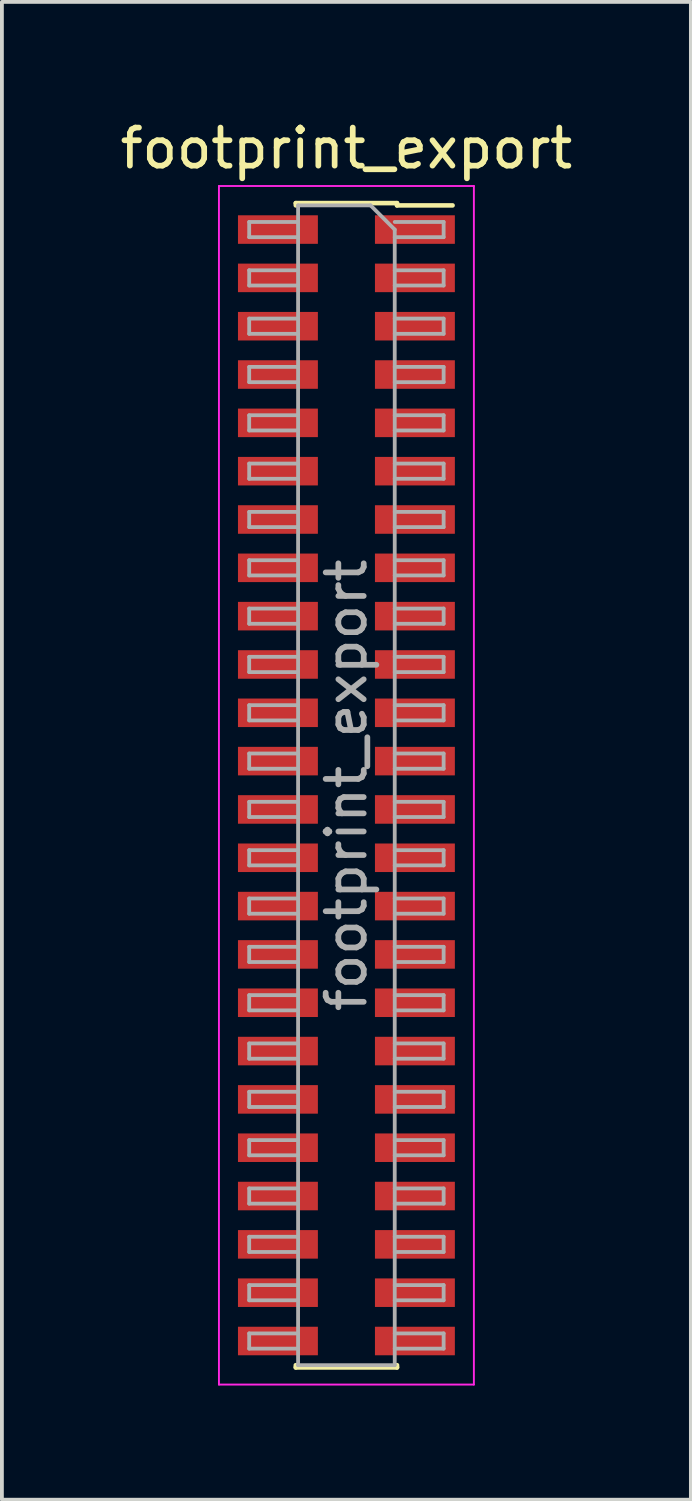
<source format=kicad_pcb>
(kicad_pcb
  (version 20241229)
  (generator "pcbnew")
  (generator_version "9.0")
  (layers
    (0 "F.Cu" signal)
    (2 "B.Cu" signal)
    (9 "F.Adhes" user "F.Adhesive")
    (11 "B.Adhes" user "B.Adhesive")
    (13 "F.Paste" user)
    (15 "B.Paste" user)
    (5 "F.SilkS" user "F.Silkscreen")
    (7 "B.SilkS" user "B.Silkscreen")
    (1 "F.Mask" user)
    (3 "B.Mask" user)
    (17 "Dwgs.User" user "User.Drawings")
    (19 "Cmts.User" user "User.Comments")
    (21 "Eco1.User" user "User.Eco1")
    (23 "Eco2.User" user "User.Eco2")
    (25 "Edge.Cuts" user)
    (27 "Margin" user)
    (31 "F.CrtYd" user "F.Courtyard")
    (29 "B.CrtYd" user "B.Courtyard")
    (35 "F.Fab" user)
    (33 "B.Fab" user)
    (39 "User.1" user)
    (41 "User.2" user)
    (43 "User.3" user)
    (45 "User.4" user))
  (footprint "footprint_export"
    (layer "F.Cu")
    (at 6.054 17.588)
    (property "Reference" "footprint_export" (at 0 -16.74 0) (layer "F.SilkS") (effects (font (size 1 1) (thickness 0.15))))
    (attr smd)
    (fp_line (start -1.33 -15.3) (end -1.33 -15.24) (stroke (width 0.12) (type solid)) (layer "F.SilkS"))
    (fp_line (start -1.33 -15.3) (end 1.33 -15.3) (stroke (width 0.12) (type solid)) (layer "F.SilkS"))
    (fp_line (start -1.33 15.24) (end -1.33 15.3) (stroke (width 0.12) (type solid)) (layer "F.SilkS"))
    (fp_line (start -1.33 15.3) (end 1.33 15.3) (stroke (width 0.12) (type solid)) (layer "F.SilkS"))
    (fp_line (start 1.33 -15.3) (end 1.33 -15.24) (stroke (width 0.12) (type solid)) (layer "F.SilkS"))
    (fp_line (start 1.33 -15.24) (end 2.79 -15.24) (stroke (width 0.12) (type solid)) (layer "F.SilkS"))
    (fp_line (start 1.33 15.24) (end 1.33 15.3) (stroke (width 0.12) (type solid)) (layer "F.SilkS"))
    (fp_line (start -3.35 -15.75) (end 3.35 -15.75) (stroke (width 0.05) (type solid)) (layer "F.CrtYd"))
    (fp_line (start -3.35 15.75) (end -3.35 -15.75) (stroke (width 0.05) (type solid)) (layer "F.CrtYd"))
    (fp_line (start 3.35 -15.75) (end 3.35 15.75) (stroke (width 0.05) (type solid)) (layer "F.CrtYd"))
    (fp_line (start 3.35 15.75) (end -3.35 15.75) (stroke (width 0.05) (type solid)) (layer "F.CrtYd"))
    (fp_line (start -2.555 -14.805) (end -1.27 -14.805) (stroke (width 0.1) (type solid)) (layer "F.Fab"))
    (fp_line (start -2.555 -14.405) (end -2.555 -14.805) (stroke (width 0.1) (type solid)) (layer "F.Fab"))
    (fp_line (start -2.555 -13.535) (end -1.27 -13.535) (stroke (width 0.1) (type solid)) (layer "F.Fab"))
    (fp_line (start -2.555 -13.135) (end -2.555 -13.535) (stroke (width 0.1) (type solid)) (layer "F.Fab"))
    (fp_line (start -2.555 -12.265) (end -1.27 -12.265) (stroke (width 0.1) (type solid)) (layer "F.Fab"))
    (fp_line (start -2.555 -11.865) (end -2.555 -12.265) (stroke (width 0.1) (type solid)) (layer "F.Fab"))
    (fp_line (start -2.555 -10.995) (end -1.27 -10.995) (stroke (width 0.1) (type solid)) (layer "F.Fab"))
    (fp_line (start -2.555 -10.595) (end -2.555 -10.995) (stroke (width 0.1) (type solid)) (layer "F.Fab"))
    (fp_line (start -2.555 -9.725) (end -1.27 -9.725) (stroke (width 0.1) (type solid)) (layer "F.Fab"))
    (fp_line (start -2.555 -9.325) (end -2.555 -9.725) (stroke (width 0.1) (type solid)) (layer "F.Fab"))
    (fp_line (start -2.555 -8.455) (end -1.27 -8.455) (stroke (width 0.1) (type solid)) (layer "F.Fab"))
    (fp_line (start -2.555 -8.055) (end -2.555 -8.455) (stroke (width 0.1) (type solid)) (layer "F.Fab"))
    (fp_line (start -2.555 -7.185) (end -1.27 -7.185) (stroke (width 0.1) (type solid)) (layer "F.Fab"))
    (fp_line (start -2.555 -6.785) (end -2.555 -7.185) (stroke (width 0.1) (type solid)) (layer "F.Fab"))
    (fp_line (start -2.555 -5.915) (end -1.27 -5.915) (stroke (width 0.1) (type solid)) (layer "F.Fab"))
    (fp_line (start -2.555 -5.515) (end -2.555 -5.915) (stroke (width 0.1) (type solid)) (layer "F.Fab"))
    (fp_line (start -2.555 -4.645) (end -1.27 -4.645) (stroke (width 0.1) (type solid)) (layer "F.Fab"))
    (fp_line (start -2.555 -4.245) (end -2.555 -4.645) (stroke (width 0.1) (type solid)) (layer "F.Fab"))
    (fp_line (start -2.555 -3.375) (end -1.27 -3.375) (stroke (width 0.1) (type solid)) (layer "F.Fab"))
    (fp_line (start -2.555 -2.975) (end -2.555 -3.375) (stroke (width 0.1) (type solid)) (layer "F.Fab"))
    (fp_line (start -2.555 -2.105) (end -1.27 -2.105) (stroke (width 0.1) (type solid)) (layer "F.Fab"))
    (fp_line (start -2.555 -1.705) (end -2.555 -2.105) (stroke (width 0.1) (type solid)) (layer "F.Fab"))
    (fp_line (start -2.555 -0.835) (end -1.27 -0.835) (stroke (width 0.1) (type solid)) (layer "F.Fab"))
    (fp_line (start -2.555 -0.435) (end -2.555 -0.835) (stroke (width 0.1) (type solid)) (layer "F.Fab"))
    (fp_line (start -2.555 0.435) (end -1.27 0.435) (stroke (width 0.1) (type solid)) (layer "F.Fab"))
    (fp_line (start -2.555 0.835) (end -2.555 0.435) (stroke (width 0.1) (type solid)) (layer "F.Fab"))
    (fp_line (start -2.555 1.705) (end -1.27 1.705) (stroke (width 0.1) (type solid)) (layer "F.Fab"))
    (fp_line (start -2.555 2.105) (end -2.555 1.705) (stroke (width 0.1) (type solid)) (layer "F.Fab"))
    (fp_line (start -2.555 2.975) (end -1.27 2.975) (stroke (width 0.1) (type solid)) (layer "F.Fab"))
    (fp_line (start -2.555 3.375) (end -2.555 2.975) (stroke (width 0.1) (type solid)) (layer "F.Fab"))
    (fp_line (start -2.555 4.245) (end -1.27 4.245) (stroke (width 0.1) (type solid)) (layer "F.Fab"))
    (fp_line (start -2.555 4.645) (end -2.555 4.245) (stroke (width 0.1) (type solid)) (layer "F.Fab"))
    (fp_line (start -2.555 5.515) (end -1.27 5.515) (stroke (width 0.1) (type solid)) (layer "F.Fab"))
    (fp_line (start -2.555 5.915) (end -2.555 5.515) (stroke (width 0.1) (type solid)) (layer "F.Fab"))
    (fp_line (start -2.555 6.785) (end -1.27 6.785) (stroke (width 0.1) (type solid)) (layer "F.Fab"))
    (fp_line (start -2.555 7.185) (end -2.555 6.785) (stroke (width 0.1) (type solid)) (layer "F.Fab"))
    (fp_line (start -2.555 8.055) (end -1.27 8.055) (stroke (width 0.1) (type solid)) (layer "F.Fab"))
    (fp_line (start -2.555 8.455) (end -2.555 8.055) (stroke (width 0.1) (type solid)) (layer "F.Fab"))
    (fp_line (start -2.555 9.325) (end -1.27 9.325) (stroke (width 0.1) (type solid)) (layer "F.Fab"))
    (fp_line (start -2.555 9.725) (end -2.555 9.325) (stroke (width 0.1) (type solid)) (layer "F.Fab"))
    (fp_line (start -2.555 10.595) (end -1.27 10.595) (stroke (width 0.1) (type solid)) (layer "F.Fab"))
    (fp_line (start -2.555 10.995) (end -2.555 10.595) (stroke (width 0.1) (type solid)) (layer "F.Fab"))
    (fp_line (start -2.555 11.865) (end -1.27 11.865) (stroke (width 0.1) (type solid)) (layer "F.Fab"))
    (fp_line (start -2.555 12.265) (end -2.555 11.865) (stroke (width 0.1) (type solid)) (layer "F.Fab"))
    (fp_line (start -2.555 13.135) (end -1.27 13.135) (stroke (width 0.1) (type solid)) (layer "F.Fab"))
    (fp_line (start -2.555 13.535) (end -2.555 13.135) (stroke (width 0.1) (type solid)) (layer "F.Fab"))
    (fp_line (start -2.555 14.405) (end -1.27 14.405) (stroke (width 0.1) (type solid)) (layer "F.Fab"))
    (fp_line (start -2.555 14.805) (end -2.555 14.405) (stroke (width 0.1) (type solid)) (layer "F.Fab"))
    (fp_line (start -1.27 -15.24) (end 0.635 -15.24) (stroke (width 0.1) (type solid)) (layer "F.Fab"))
    (fp_line (start -1.27 -14.405) (end -2.555 -14.405) (stroke (width 0.1) (type solid)) (layer "F.Fab"))
    (fp_line (start -1.27 -13.135) (end -2.555 -13.135) (stroke (width 0.1) (type solid)) (layer "F.Fab"))
    (fp_line (start -1.27 -11.865) (end -2.555 -11.865) (stroke (width 0.1) (type solid)) (layer "F.Fab"))
    (fp_line (start -1.27 -10.595) (end -2.555 -10.595) (stroke (width 0.1) (type solid)) (layer "F.Fab"))
    (fp_line (start -1.27 -9.325) (end -2.555 -9.325) (stroke (width 0.1) (type solid)) (layer "F.Fab"))
    (fp_line (start -1.27 -8.055) (end -2.555 -8.055) (stroke (width 0.1) (type solid)) (layer "F.Fab"))
    (fp_line (start -1.27 -6.785) (end -2.555 -6.785) (stroke (width 0.1) (type solid)) (layer "F.Fab"))
    (fp_line (start -1.27 -5.515) (end -2.555 -5.515) (stroke (width 0.1) (type solid)) (layer "F.Fab"))
    (fp_line (start -1.27 -4.245) (end -2.555 -4.245) (stroke (width 0.1) (type solid)) (layer "F.Fab"))
    (fp_line (start -1.27 -2.975) (end -2.555 -2.975) (stroke (width 0.1) (type solid)) (layer "F.Fab"))
    (fp_line (start -1.27 -1.705) (end -2.555 -1.705) (stroke (width 0.1) (type solid)) (layer "F.Fab"))
    (fp_line (start -1.27 -0.435) (end -2.555 -0.435) (stroke (width 0.1) (type solid)) (layer "F.Fab"))
    (fp_line (start -1.27 0.835) (end -2.555 0.835) (stroke (width 0.1) (type solid)) (layer "F.Fab"))
    (fp_line (start -1.27 2.105) (end -2.555 2.105) (stroke (width 0.1) (type solid)) (layer "F.Fab"))
    (fp_line (start -1.27 3.375) (end -2.555 3.375) (stroke (width 0.1) (type solid)) (layer "F.Fab"))
    (fp_line (start -1.27 4.645) (end -2.555 4.645) (stroke (width 0.1) (type solid)) (layer "F.Fab"))
    (fp_line (start -1.27 5.915) (end -2.555 5.915) (stroke (width 0.1) (type solid)) (layer "F.Fab"))
    (fp_line (start -1.27 7.185) (end -2.555 7.185) (stroke (width 0.1) (type solid)) (layer "F.Fab"))
    (fp_line (start -1.27 8.455) (end -2.555 8.455) (stroke (width 0.1) (type solid)) (layer "F.Fab"))
    (fp_line (start -1.27 9.725) (end -2.555 9.725) (stroke (width 0.1) (type solid)) (layer "F.Fab"))
    (fp_line (start -1.27 10.995) (end -2.555 10.995) (stroke (width 0.1) (type solid)) (layer "F.Fab"))
    (fp_line (start -1.27 12.265) (end -2.555 12.265) (stroke (width 0.1) (type solid)) (layer "F.Fab"))
    (fp_line (start -1.27 13.535) (end -2.555 13.535) (stroke (width 0.1) (type solid)) (layer "F.Fab"))
    (fp_line (start -1.27 14.805) (end -2.555 14.805) (stroke (width 0.1) (type solid)) (layer "F.Fab"))
    (fp_line (start -1.27 15.24) (end -1.27 -15.24) (stroke (width 0.1) (type solid)) (layer "F.Fab"))
    (fp_line (start 0.635 -15.24) (end 1.27 -14.605) (stroke (width 0.1) (type solid)) (layer "F.Fab"))
    (fp_line (start 1.27 -14.805) (end 2.555 -14.805) (stroke (width 0.1) (type solid)) (layer "F.Fab"))
    (fp_line (start 1.27 -14.605) (end 1.27 15.24) (stroke (width 0.1) (type solid)) (layer "F.Fab"))
    (fp_line (start 1.27 -13.535) (end 2.555 -13.535) (stroke (width 0.1) (type solid)) (layer "F.Fab"))
    (fp_line (start 1.27 -12.265) (end 2.555 -12.265) (stroke (width 0.1) (type solid)) (layer "F.Fab"))
    (fp_line (start 1.27 -10.995) (end 2.555 -10.995) (stroke (width 0.1) (type solid)) (layer "F.Fab"))
    (fp_line (start 1.27 -9.725) (end 2.555 -9.725) (stroke (width 0.1) (type solid)) (layer "F.Fab"))
    (fp_line (start 1.27 -8.455) (end 2.555 -8.455) (stroke (width 0.1) (type solid)) (layer "F.Fab"))
    (fp_line (start 1.27 -7.185) (end 2.555 -7.185) (stroke (width 0.1) (type solid)) (layer "F.Fab"))
    (fp_line (start 1.27 -5.915) (end 2.555 -5.915) (stroke (width 0.1) (type solid)) (layer "F.Fab"))
    (fp_line (start 1.27 -4.645) (end 2.555 -4.645) (stroke (width 0.1) (type solid)) (layer "F.Fab"))
    (fp_line (start 1.27 -3.375) (end 2.555 -3.375) (stroke (width 0.1) (type solid)) (layer "F.Fab"))
    (fp_line (start 1.27 -2.105) (end 2.555 -2.105) (stroke (width 0.1) (type solid)) (layer "F.Fab"))
    (fp_line (start 1.27 -0.835) (end 2.555 -0.835) (stroke (width 0.1) (type solid)) (layer "F.Fab"))
    (fp_line (start 1.27 0.435) (end 2.555 0.435) (stroke (width 0.1) (type solid)) (layer "F.Fab"))
    (fp_line (start 1.27 1.705) (end 2.555 1.705) (stroke (width 0.1) (type solid)) (layer "F.Fab"))
    (fp_line (start 1.27 2.975) (end 2.555 2.975) (stroke (width 0.1) (type solid)) (layer "F.Fab"))
    (fp_line (start 1.27 4.245) (end 2.555 4.245) (stroke (width 0.1) (type solid)) (layer "F.Fab"))
    (fp_line (start 1.27 5.515) (end 2.555 5.515) (stroke (width 0.1) (type solid)) (layer "F.Fab"))
    (fp_line (start 1.27 6.785) (end 2.555 6.785) (stroke (width 0.1) (type solid)) (layer "F.Fab"))
    (fp_line (start 1.27 8.055) (end 2.555 8.055) (stroke (width 0.1) (type solid)) (layer "F.Fab"))
    (fp_line (start 1.27 9.325) (end 2.555 9.325) (stroke (width 0.1) (type solid)) (layer "F.Fab"))
    (fp_line (start 1.27 10.595) (end 2.555 10.595) (stroke (width 0.1) (type solid)) (layer "F.Fab"))
    (fp_line (start 1.27 11.865) (end 2.555 11.865) (stroke (width 0.1) (type solid)) (layer "F.Fab"))
    (fp_line (start 1.27 13.135) (end 2.555 13.135) (stroke (width 0.1) (type solid)) (layer "F.Fab"))
    (fp_line (start 1.27 14.405) (end 2.555 14.405) (stroke (width 0.1) (type solid)) (layer "F.Fab"))
    (fp_line (start 1.27 15.24) (end -1.27 15.24) (stroke (width 0.1) (type solid)) (layer "F.Fab"))
    (fp_line (start 2.555 -14.805) (end 2.555 -14.405) (stroke (width 0.1) (type solid)) (layer "F.Fab"))
    (fp_line (start 2.555 -14.405) (end 1.27 -14.405) (stroke (width 0.1) (type solid)) (layer "F.Fab"))
    (fp_line (start 2.555 -13.535) (end 2.555 -13.135) (stroke (width 0.1) (type solid)) (layer "F.Fab"))
    (fp_line (start 2.555 -13.135) (end 1.27 -13.135) (stroke (width 0.1) (type solid)) (layer "F.Fab"))
    (fp_line (start 2.555 -12.265) (end 2.555 -11.865) (stroke (width 0.1) (type solid)) (layer "F.Fab"))
    (fp_line (start 2.555 -11.865) (end 1.27 -11.865) (stroke (width 0.1) (type solid)) (layer "F.Fab"))
    (fp_line (start 2.555 -10.995) (end 2.555 -10.595) (stroke (width 0.1) (type solid)) (layer "F.Fab"))
    (fp_line (start 2.555 -10.595) (end 1.27 -10.595) (stroke (width 0.1) (type solid)) (layer "F.Fab"))
    (fp_line (start 2.555 -9.725) (end 2.555 -9.325) (stroke (width 0.1) (type solid)) (layer "F.Fab"))
    (fp_line (start 2.555 -9.325) (end 1.27 -9.325) (stroke (width 0.1) (type solid)) (layer "F.Fab"))
    (fp_line (start 2.555 -8.455) (end 2.555 -8.055) (stroke (width 0.1) (type solid)) (layer "F.Fab"))
    (fp_line (start 2.555 -8.055) (end 1.27 -8.055) (stroke (width 0.1) (type solid)) (layer "F.Fab"))
    (fp_line (start 2.555 -7.185) (end 2.555 -6.785) (stroke (width 0.1) (type solid)) (layer "F.Fab"))
    (fp_line (start 2.555 -6.785) (end 1.27 -6.785) (stroke (width 0.1) (type solid)) (layer "F.Fab"))
    (fp_line (start 2.555 -5.915) (end 2.555 -5.515) (stroke (width 0.1) (type solid)) (layer "F.Fab"))
    (fp_line (start 2.555 -5.515) (end 1.27 -5.515) (stroke (width 0.1) (type solid)) (layer "F.Fab"))
    (fp_line (start 2.555 -4.645) (end 2.555 -4.245) (stroke (width 0.1) (type solid)) (layer "F.Fab"))
    (fp_line (start 2.555 -4.245) (end 1.27 -4.245) (stroke (width 0.1) (type solid)) (layer "F.Fab"))
    (fp_line (start 2.555 -3.375) (end 2.555 -2.975) (stroke (width 0.1) (type solid)) (layer "F.Fab"))
    (fp_line (start 2.555 -2.975) (end 1.27 -2.975) (stroke (width 0.1) (type solid)) (layer "F.Fab"))
    (fp_line (start 2.555 -2.105) (end 2.555 -1.705) (stroke (width 0.1) (type solid)) (layer "F.Fab"))
    (fp_line (start 2.555 -1.705) (end 1.27 -1.705) (stroke (width 0.1) (type solid)) (layer "F.Fab"))
    (fp_line (start 2.555 -0.835) (end 2.555 -0.435) (stroke (width 0.1) (type solid)) (layer "F.Fab"))
    (fp_line (start 2.555 -0.435) (end 1.27 -0.435) (stroke (width 0.1) (type solid)) (layer "F.Fab"))
    (fp_line (start 2.555 0.435) (end 2.555 0.835) (stroke (width 0.1) (type solid)) (layer "F.Fab"))
    (fp_line (start 2.555 0.835) (end 1.27 0.835) (stroke (width 0.1) (type solid)) (layer "F.Fab"))
    (fp_line (start 2.555 1.705) (end 2.555 2.105) (stroke (width 0.1) (type solid)) (layer "F.Fab"))
    (fp_line (start 2.555 2.105) (end 1.27 2.105) (stroke (width 0.1) (type solid)) (layer "F.Fab"))
    (fp_line (start 2.555 2.975) (end 2.555 3.375) (stroke (width 0.1) (type solid)) (layer "F.Fab"))
    (fp_line (start 2.555 3.375) (end 1.27 3.375) (stroke (width 0.1) (type solid)) (layer "F.Fab"))
    (fp_line (start 2.555 4.245) (end 2.555 4.645) (stroke (width 0.1) (type solid)) (layer "F.Fab"))
    (fp_line (start 2.555 4.645) (end 1.27 4.645) (stroke (width 0.1) (type solid)) (layer "F.Fab"))
    (fp_line (start 2.555 5.515) (end 2.555 5.915) (stroke (width 0.1) (type solid)) (layer "F.Fab"))
    (fp_line (start 2.555 5.915) (end 1.27 5.915) (stroke (width 0.1) (type solid)) (layer "F.Fab"))
    (fp_line (start 2.555 6.785) (end 2.555 7.185) (stroke (width 0.1) (type solid)) (layer "F.Fab"))
    (fp_line (start 2.555 7.185) (end 1.27 7.185) (stroke (width 0.1) (type solid)) (layer "F.Fab"))
    (fp_line (start 2.555 8.055) (end 2.555 8.455) (stroke (width 0.1) (type solid)) (layer "F.Fab"))
    (fp_line (start 2.555 8.455) (end 1.27 8.455) (stroke (width 0.1) (type solid)) (layer "F.Fab"))
    (fp_line (start 2.555 9.325) (end 2.555 9.725) (stroke (width 0.1) (type solid)) (layer "F.Fab"))
    (fp_line (start 2.555 9.725) (end 1.27 9.725) (stroke (width 0.1) (type solid)) (layer "F.Fab"))
    (fp_line (start 2.555 10.595) (end 2.555 10.995) (stroke (width 0.1) (type solid)) (layer "F.Fab"))
    (fp_line (start 2.555 10.995) (end 1.27 10.995) (stroke (width 0.1) (type solid)) (layer "F.Fab"))
    (fp_line (start 2.555 11.865) (end 2.555 12.265) (stroke (width 0.1) (type solid)) (layer "F.Fab"))
    (fp_line (start 2.555 12.265) (end 1.27 12.265) (stroke (width 0.1) (type solid)) (layer "F.Fab"))
    (fp_line (start 2.555 13.135) (end 2.555 13.535) (stroke (width 0.1) (type solid)) (layer "F.Fab"))
    (fp_line (start 2.555 13.535) (end 1.27 13.535) (stroke (width 0.1) (type solid)) (layer "F.Fab"))
    (fp_line (start 2.555 14.405) (end 2.555 14.805) (stroke (width 0.1) (type solid)) (layer "F.Fab"))
    (fp_line (start 2.555 14.805) (end 1.27 14.805) (stroke (width 0.1) (type solid)) (layer "F.Fab"))
    (fp_text user "${REFERENCE}" (at 0 0 90) (layer "F.Fab") (effects (font (size 1 1) (thickness 0.15))))
    (pad "1" smd rect (at 1.8 -14.605) (size 2.1 0.75) (layers "F.Cu" "F.Mask" "F.Paste"))
    (pad "2" smd rect (at -1.8 -14.605) (size 2.1 0.75) (layers "F.Cu" "F.Mask" "F.Paste"))
    (pad "3" smd rect (at 1.8 -13.335) (size 2.1 0.75) (layers "F.Cu" "F.Mask" "F.Paste"))
    (pad "4" smd rect (at -1.8 -13.335) (size 2.1 0.75) (layers "F.Cu" "F.Mask" "F.Paste"))
    (pad "5" smd rect (at 1.8 -12.065) (size 2.1 0.75) (layers "F.Cu" "F.Mask" "F.Paste"))
    (pad "6" smd rect (at -1.8 -12.065) (size 2.1 0.75) (layers "F.Cu" "F.Mask" "F.Paste"))
    (pad "7" smd rect (at 1.8 -10.795) (size 2.1 0.75) (layers "F.Cu" "F.Mask" "F.Paste"))
    (pad "8" smd rect (at -1.8 -10.795) (size 2.1 0.75) (layers "F.Cu" "F.Mask" "F.Paste"))
    (pad "9" smd rect (at 1.8 -9.525) (size 2.1 0.75) (layers "F.Cu" "F.Mask" "F.Paste"))
    (pad "10" smd rect (at -1.8 -9.525) (size 2.1 0.75) (layers "F.Cu" "F.Mask" "F.Paste"))
    (pad "11" smd rect (at 1.8 -8.255) (size 2.1 0.75) (layers "F.Cu" "F.Mask" "F.Paste"))
    (pad "12" smd rect (at -1.8 -8.255) (size 2.1 0.75) (layers "F.Cu" "F.Mask" "F.Paste"))
    (pad "13" smd rect (at 1.8 -6.985) (size 2.1 0.75) (layers "F.Cu" "F.Mask" "F.Paste"))
    (pad "14" smd rect (at -1.8 -6.985) (size 2.1 0.75) (layers "F.Cu" "F.Mask" "F.Paste"))
    (pad "15" smd rect (at 1.8 -5.715) (size 2.1 0.75) (layers "F.Cu" "F.Mask" "F.Paste"))
    (pad "16" smd rect (at -1.8 -5.715) (size 2.1 0.75) (layers "F.Cu" "F.Mask" "F.Paste"))
    (pad "17" smd rect (at 1.8 -4.445) (size 2.1 0.75) (layers "F.Cu" "F.Mask" "F.Paste"))
    (pad "18" smd rect (at -1.8 -4.445) (size 2.1 0.75) (layers "F.Cu" "F.Mask" "F.Paste"))
    (pad "19" smd rect (at 1.8 -3.175) (size 2.1 0.75) (layers "F.Cu" "F.Mask" "F.Paste"))
    (pad "20" smd rect (at -1.8 -3.175) (size 2.1 0.75) (layers "F.Cu" "F.Mask" "F.Paste"))
    (pad "21" smd rect (at 1.8 -1.905) (size 2.1 0.75) (layers "F.Cu" "F.Mask" "F.Paste"))
    (pad "22" smd rect (at -1.8 -1.905) (size 2.1 0.75) (layers "F.Cu" "F.Mask" "F.Paste"))
    (pad "23" smd rect (at 1.8 -0.635) (size 2.1 0.75) (layers "F.Cu" "F.Mask" "F.Paste"))
    (pad "24" smd rect (at -1.8 -0.635) (size 2.1 0.75) (layers "F.Cu" "F.Mask" "F.Paste"))
    (pad "25" smd rect (at 1.8 0.635) (size 2.1 0.75) (layers "F.Cu" "F.Mask" "F.Paste"))
    (pad "26" smd rect (at -1.8 0.635) (size 2.1 0.75) (layers "F.Cu" "F.Mask" "F.Paste"))
    (pad "27" smd rect (at 1.8 1.905) (size 2.1 0.75) (layers "F.Cu" "F.Mask" "F.Paste"))
    (pad "28" smd rect (at -1.8 1.905) (size 2.1 0.75) (layers "F.Cu" "F.Mask" "F.Paste"))
    (pad "29" smd rect (at 1.8 3.175) (size 2.1 0.75) (layers "F.Cu" "F.Mask" "F.Paste"))
    (pad "30" smd rect (at -1.8 3.175) (size 2.1 0.75) (layers "F.Cu" "F.Mask" "F.Paste"))
    (pad "31" smd rect (at 1.8 4.445) (size 2.1 0.75) (layers "F.Cu" "F.Mask" "F.Paste"))
    (pad "32" smd rect (at -1.8 4.445) (size 2.1 0.75) (layers "F.Cu" "F.Mask" "F.Paste"))
    (pad "33" smd rect (at 1.8 5.715) (size 2.1 0.75) (layers "F.Cu" "F.Mask" "F.Paste"))
    (pad "34" smd rect (at -1.8 5.715) (size 2.1 0.75) (layers "F.Cu" "F.Mask" "F.Paste"))
    (pad "35" smd rect (at 1.8 6.985) (size 2.1 0.75) (layers "F.Cu" "F.Mask" "F.Paste"))
    (pad "36" smd rect (at -1.8 6.985) (size 2.1 0.75) (layers "F.Cu" "F.Mask" "F.Paste"))
    (pad "37" smd rect (at 1.8 8.255) (size 2.1 0.75) (layers "F.Cu" "F.Mask" "F.Paste"))
    (pad "38" smd rect (at -1.8 8.255) (size 2.1 0.75) (layers "F.Cu" "F.Mask" "F.Paste"))
    (pad "39" smd rect (at 1.8 9.525) (size 2.1 0.75) (layers "F.Cu" "F.Mask" "F.Paste"))
    (pad "40" smd rect (at -1.8 9.525) (size 2.1 0.75) (layers "F.Cu" "F.Mask" "F.Paste"))
    (pad "41" smd rect (at 1.8 10.795) (size 2.1 0.75) (layers "F.Cu" "F.Mask" "F.Paste"))
    (pad "42" smd rect (at -1.8 10.795) (size 2.1 0.75) (layers "F.Cu" "F.Mask" "F.Paste"))
    (pad "43" smd rect (at 1.8 12.065) (size 2.1 0.75) (layers "F.Cu" "F.Mask" "F.Paste"))
    (pad "44" smd rect (at -1.8 12.065) (size 2.1 0.75) (layers "F.Cu" "F.Mask" "F.Paste"))
    (pad "45" smd rect (at 1.8 13.335) (size 2.1 0.75) (layers "F.Cu" "F.Mask" "F.Paste"))
    (pad "46" smd rect (at -1.8 13.335) (size 2.1 0.75) (layers "F.Cu" "F.Mask" "F.Paste"))
    (pad "47" smd rect (at 1.8 14.605) (size 2.1 0.75) (layers "F.Cu" "F.Mask" "F.Paste"))
    (pad "48" smd rect (at -1.8 14.605) (size 2.1 0.75) (layers "F.Cu" "F.Mask" "F.Paste")))
  (gr_rect
    (start -3 -3)
    (end 15.107 36.363)
    (stroke (width 0.1) (type default))
    (fill no)
    (layer "Edge.Cuts")))
</source>
